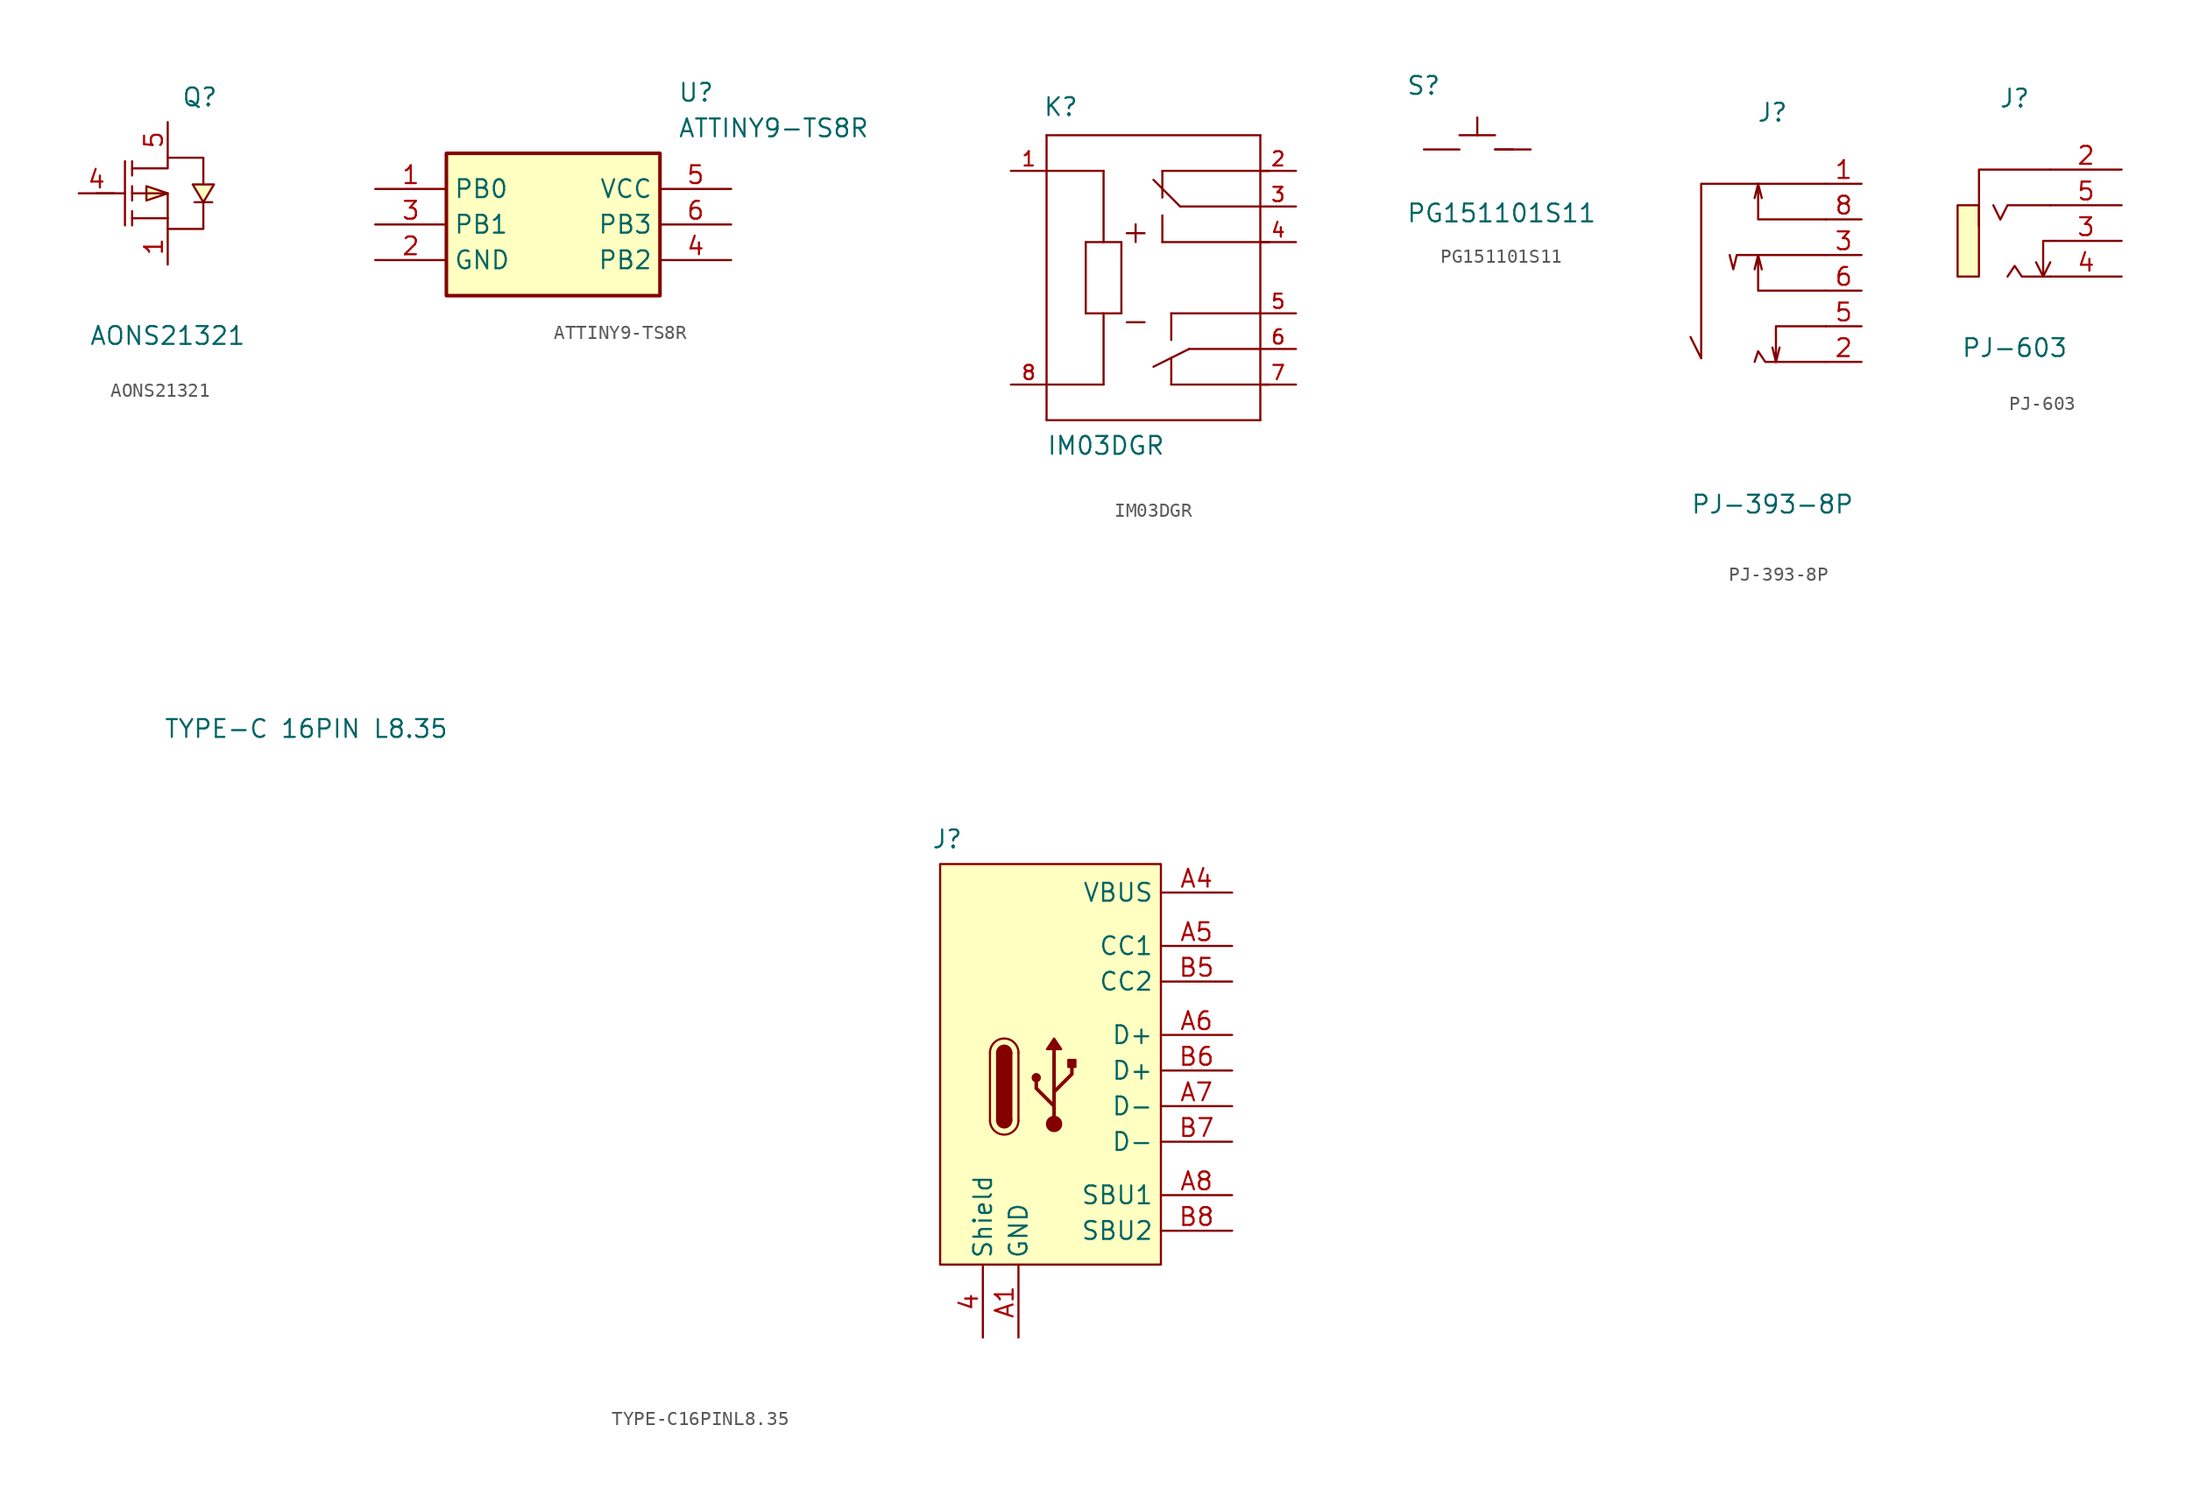
<source format=kicad_sym>
(kicad_symbol_lib
  (version 20231120)
  (generator "kicad_symbol_editor")
  (generator_version "8.0")
  (symbol "AONS21321"
    (pin_names hide)
    (property "Reference" "Q"
      (at 2.286 6.858 0)
      (effects (font (size 1.27 1.27))))
    (property "Value" "AONS21321"
      (at 0 -10.16 0)
      (effects (font (size 1.27 1.27))))
    (symbol "AONS21321_0_1"
      (polyline (pts (xy -5.08 0) (xy -3.05 0)) (stroke (width 0) (type default)) (fill (type none)))
      (polyline (pts (xy -3.05 2.29) (xy -3.05 -2.29)) (stroke (width 0) (type default)) (fill (type none)))
      (polyline (pts (xy -2.54 -2.29) (xy -2.54 -1.27)) (stroke (width 0) (type default)) (fill (type none)))
      (polyline (pts (xy -2.54 -0.51) (xy -2.54 0.51)) (stroke (width 0) (type default)) (fill (type none)))
      (polyline (pts (xy -2.54 2.29) (xy -2.54 1.27)) (stroke (width 0) (type default)) (fill (type none)))
      (polyline (pts (xy 0 -1.78) (xy -2.54 -1.78)) (stroke (width 0) (type default)) (fill (type none)))
      (polyline (pts (xy 0 0) (xy -1.52 0.51) (xy -1.52 -0.51) (xy 0 0)) (stroke (width 0) (type default)) (fill (type background)))
      (polyline (pts (xy 1.905 -0.635) (xy 2.415 -0.635) (xy 3.175 -0.635) (xy 3.175 -0.635)) (stroke (width 0) (type default)) (fill (type none)))
      (polyline (pts (xy 2.54 -0.635) (xy 3.3 0.635) (xy 1.78 0.635) (xy 2.54 -0.635)) (stroke (width 0) (type default)) (fill (type background)))
      (polyline (pts (xy -2.54 0) (xy 0 0) (xy 0 -2.54) (xy 2.54 -2.54) (xy 2.54 -2.54) (xy 2.54 -0.635)) (stroke (width 0) (type default)) (fill (type none)))
      (polyline (pts (xy -2.54 1.78) (xy 0 1.78) (xy 0 2.54) (xy 2.54 2.54) (xy 2.54 2.54) (xy 2.54 0.635)) (stroke (width 0) (type default)) (fill (type none)))
      (pin unspecified line (at 0 -5.08 90) (length 2.54) (name "S" (effects (font (size 1.27 1.27)))) (number "1" (effects (font (size 1.27 1.27)))))
      (pin unspecified line (at -6.35 0 0) (length 2.54) (name "G" (effects (font (size 1.27 1.27)))) (number "4" (effects (font (size 1.27 1.27)))))
      (pin unspecified line (at 0 5.08 270) (length 2.54) (name "D" (effects (font (size 1.27 1.27)))) (number "5" (effects (font (size 1.27 1.27)))))))
  (symbol "ATTINY9-TS8R"
    (property "Reference" "U"
      (at 21.59 7.62 0)
      (effects (font (size 1.27 1.27)) (justify left top)))
    (property "Value" "ATTINY9-TS8R"
      (at 21.59 5.08 0)
      (effects (font (size 1.27 1.27)) (justify left top)))
    (symbol "ATTINY9-TS8R_1_1"
      (rectangle (start 5.08 2.54) (end 20.32 -7.62) (stroke (width 0.254) (type default)) (fill (type background)))
      (pin bidirectional line (at 0 0 0) (length 5.08) (name "PB0" (effects (font (size 1.27 1.27)))) (number "1" (effects (font (size 1.27 1.27)))))
      (pin power_in line (at 0 -5.08 0) (length 5.08) (name "GND" (effects (font (size 1.27 1.27)))) (number "2" (effects (font (size 1.27 1.27)))))
      (pin bidirectional line (at 0 -2.54 0) (length 5.08) (name "PB1" (effects (font (size 1.27 1.27)))) (number "3" (effects (font (size 1.27 1.27)))))
      (pin bidirectional line (at 25.4 -5.08 180) (length 5.08) (name "PB2" (effects (font (size 1.27 1.27)))) (number "4" (effects (font (size 1.27 1.27)))))
      (pin power_in line (at 25.4 0 180) (length 5.08) (name "VCC" (effects (font (size 1.27 1.27)))) (number "5" (effects (font (size 1.27 1.27)))))
      (pin bidirectional line (at 25.4 -2.54 180) (length 5.08) (name "PB3" (effects (font (size 1.27 1.27)))) (number "6" (effects (font (size 1.27 1.27)))))))
  (symbol "IM03DGR"
    (pin_names
      (offset 1.016))
    (property "Reference" "K"
      (at -7.882 11.441 0)
      (effects (font (size 1.27 1.27)) (justify left bottom)))
    (property "Value" "IM03DGR"
      (at -7.632 -12.72 0)
      (effects (font (size 1.27 1.27)) (justify left bottom)))
    (symbol "IM03DGR_0_0"
      (polyline (pts (xy -7.62 -10.16) (xy 7.62 -10.16)) (stroke (width 0.152) (type default)) (fill (type none)))
      (polyline (pts (xy -7.62 -7.62) (xy -7.62 -10.16)) (stroke (width 0.152) (type default)) (fill (type none)))
      (polyline (pts (xy -7.62 -7.62) (xy -3.556 -7.62)) (stroke (width 0.152) (type default)) (fill (type none)))
      (polyline (pts (xy -7.62 7.62) (xy -7.62 -7.62)) (stroke (width 0.152) (type default)) (fill (type none)))
      (polyline (pts (xy -7.62 7.62) (xy -3.556 7.62)) (stroke (width 0.152) (type default)) (fill (type none)))
      (polyline (pts (xy -7.62 10.16) (xy -7.62 7.62)) (stroke (width 0.152) (type default)) (fill (type none)))
      (polyline (pts (xy -4.826 -2.54) (xy -4.826 2.54)) (stroke (width 0.152) (type default)) (fill (type none)))
      (polyline (pts (xy -4.826 2.54) (xy -2.286 2.54)) (stroke (width 0.152) (type default)) (fill (type none)))
      (polyline (pts (xy -3.556 -7.62) (xy -3.556 -2.54)) (stroke (width 0.152) (type default)) (fill (type none)))
      (polyline (pts (xy -3.556 7.62) (xy -3.556 2.54)) (stroke (width 0.152) (type default)) (fill (type none)))
      (polyline (pts (xy -2.286 -2.54) (xy -4.826 -2.54)) (stroke (width 0.152) (type default)) (fill (type none)))
      (polyline (pts (xy -2.286 2.54) (xy -2.286 -2.54)) (stroke (width 0.152) (type default)) (fill (type none)))
      (polyline (pts (xy -1.905 -3.175) (xy -0.635 -3.175)) (stroke (width 0.152) (type default)) (fill (type none)))
      (polyline (pts (xy -1.905 3.175) (xy -0.635 3.175)) (stroke (width 0.152) (type default)) (fill (type none)))
      (polyline (pts (xy -1.27 3.81) (xy -1.27 2.54)) (stroke (width 0.152) (type default)) (fill (type none)))
      (polyline (pts (xy 0.635 2.54) (xy 0.635 4.445)) (stroke (width 0.152) (type default)) (fill (type none)))
      (polyline (pts (xy 0.635 5.715) (xy 0.635 6.35)) (stroke (width 0.152) (type default)) (fill (type none)))
      (polyline (pts (xy 0.635 6.35) (xy 0 6.985)) (stroke (width 0.152) (type default)) (fill (type none)))
      (polyline (pts (xy 0.635 7.62) (xy 0.635 6.35)) (stroke (width 0.152) (type default)) (fill (type none)))
      (polyline (pts (xy 1.27 -7.62) (xy 1.27 -5.715)) (stroke (width 0.152) (type default)) (fill (type none)))
      (polyline (pts (xy 1.27 -2.54) (xy 1.27 -4.445)) (stroke (width 0.152) (type default)) (fill (type none)))
      (polyline (pts (xy 1.905 5.08) (xy 0.635 6.35)) (stroke (width 0.152) (type default)) (fill (type none)))
      (polyline (pts (xy 2.54 -5.08) (xy 0 -6.35)) (stroke (width 0.152) (type default)) (fill (type none)))
      (polyline (pts (xy 7.62 -10.16) (xy 7.62 -5.08)) (stroke (width 0.152) (type default)) (fill (type none)))
      (polyline (pts (xy 7.62 -5.08) (xy 2.54 -5.08)) (stroke (width 0.152) (type default)) (fill (type none)))
      (polyline (pts (xy 7.62 -5.08) (xy 7.62 -2.54)) (stroke (width 0.152) (type default)) (fill (type none)))
      (polyline (pts (xy 7.62 -2.54) (xy 1.27 -2.54)) (stroke (width 0.152) (type default)) (fill (type none)))
      (polyline (pts (xy 7.62 -2.54) (xy 7.62 5.08)) (stroke (width 0.152) (type default)) (fill (type none)))
      (polyline (pts (xy 7.62 5.08) (xy 1.905 5.08)) (stroke (width 0.152) (type default)) (fill (type none)))
      (polyline (pts (xy 7.62 5.08) (xy 7.62 10.16)) (stroke (width 0.152) (type default)) (fill (type none)))
      (polyline (pts (xy 7.62 10.16) (xy -7.62 10.16)) (stroke (width 0.152) (type default)) (fill (type none)))
      (polyline (pts (xy 8.255 -7.62) (xy 1.27 -7.62)) (stroke (width 0.152) (type default)) (fill (type none)))
      (polyline (pts (xy 8.255 2.54) (xy 0.635 2.54)) (stroke (width 0.152) (type default)) (fill (type none)))
      (polyline (pts (xy 8.255 7.62) (xy 0.635 7.62)) (stroke (width 0.152) (type default)) (fill (type none)))
      (pin passive line (at -10.16 7.62 0) (length 2.54) (name "~" (effects (font (size 1.016 1.016)))) (number "1" (effects (font (size 1.016 1.016)))))
      (pin passive line (at 10.16 7.62 180) (length 2.54) (name "~" (effects (font (size 1.016 1.016)))) (number "2" (effects (font (size 1.016 1.016)))))
      (pin passive line (at 10.16 5.08 180) (length 2.54) (name "~" (effects (font (size 1.016 1.016)))) (number "3" (effects (font (size 1.016 1.016)))))
      (pin passive line (at 10.16 2.54 180) (length 2.54) (name "~" (effects (font (size 1.016 1.016)))) (number "4" (effects (font (size 1.016 1.016)))))
      (pin passive line (at 10.16 -2.54 180) (length 2.54) (name "~" (effects (font (size 1.016 1.016)))) (number "5" (effects (font (size 1.016 1.016)))))
      (pin passive line (at 10.16 -5.08 180) (length 2.54) (name "~" (effects (font (size 1.016 1.016)))) (number "6" (effects (font (size 1.016 1.016)))))
      (pin passive line (at 10.16 -7.62 180) (length 2.54) (name "~" (effects (font (size 1.016 1.016)))) (number "7" (effects (font (size 1.016 1.016)))))
      (pin passive line (at -10.16 -7.62 0) (length 2.54) (name "~" (effects (font (size 1.016 1.016)))) (number "8" (effects (font (size 1.016 1.016)))))))
  (symbol "PG151101S11"
    (pin_numbers hide)
    (pin_names
      (offset 1.016) hide)
    (property "Reference" "S"
      (at -5.08 3.81 0)
      (effects (font (size 1.27 1.27)) (justify left bottom)))
    (property "Value" "PG151101S11"
      (at -5.08 -3.81 0)
      (effects (font (size 1.27 1.27)) (justify left top)))
    (symbol "PG151101S11_0_0"
      (pin passive line (at -3.81 0 0) (length 2.54) (name "1" (effects (font (size 1.016 1.016)))) (number "1" (effects (font (size 1.016 1.016)))))
      (pin passive line (at 3.81 0 180) (length 2.54) (name "2" (effects (font (size 1.016 1.016)))) (number "2" (effects (font (size 1.016 1.016))))))
    (symbol "PG151101S11_0_1"
      (polyline (pts (xy -1.27 1.016) (xy 1.27 1.016)) (stroke (width 0) (type default)) (fill (type none)))
      (polyline (pts (xy 0 1.016) (xy 0 2.286)) (stroke (width 0) (type default)) (fill (type none)))
      (polyline (pts (xy 2.54 0) (xy 1.27 0)) (stroke (width 0) (type default)) (fill (type none)))))
  (symbol "PJ-393-8P"
    (pin_names hide)
    (property "Reference" "J"
      (at 0 15.24 0)
      (effects (font (size 1.27 1.27))))
    (property "Value" "PJ-393-8P"
      (at 0 -12.7 0)
      (effects (font (size 1.27 1.27))))
    (symbol "PJ-393-8P_0_1"
      (polyline (pts (xy -1.02 5.08) (xy -0.76 4.06)) (stroke (width 0) (type default)) (fill (type none)))
      (polyline (pts (xy -1.02 10.16) (xy -0.76 9.14)) (stroke (width 0) (type default)) (fill (type none)))
      (polyline (pts (xy 0.25 -2.54) (xy 0.51 -1.52)) (stroke (width 0) (type default)) (fill (type none)))
      (polyline (pts (xy 3.81 -2.54) (xy -0.51 -2.54) (xy -1.02 -1.78) (xy -1.27 -2.54)) (stroke (width 0) (type default)) (fill (type none)))
      (polyline (pts (xy 3.81 0) (xy 0.25 0) (xy 0.25 -2.54) (xy 0 -1.52)) (stroke (width 0) (type default)) (fill (type none)))
      (polyline (pts (xy 3.81 2.54) (xy -1.02 2.54) (xy -1.02 5.08) (xy -1.27 4.06)) (stroke (width 0) (type default)) (fill (type none)))
      (polyline (pts (xy 3.81 5.08) (xy -2.54 5.08) (xy -2.79 4.06) (xy -3.05 5.08)) (stroke (width 0) (type default)) (fill (type none)))
      (polyline (pts (xy 3.81 7.62) (xy -1.02 7.62) (xy -1.02 10.16) (xy -1.27 9.14)) (stroke (width 0) (type default)) (fill (type none)))
      (polyline (pts (xy 3.81 10.16) (xy -5.08 10.16) (xy -5.08 -2.286) (xy -5.84 -0.766)) (stroke (width 0) (type default)) (fill (type none)))
      (pin unspecified line (at 6.35 10.16 180) (length 2.54) (name "1" (effects (font (size 1.27 1.27)))) (number "1" (effects (font (size 1.27 1.27)))))
      (pin unspecified line (at 6.35 -2.54 180) (length 2.54) (name "2" (effects (font (size 1.27 1.27)))) (number "2" (effects (font (size 1.27 1.27)))))
      (pin unspecified line (at 6.35 5.08 180) (length 2.54) (name "3" (effects (font (size 1.27 1.27)))) (number "3" (effects (font (size 1.27 1.27)))))
      (pin unspecified line (at 6.35 0 180) (length 2.54) (name "5" (effects (font (size 1.27 1.27)))) (number "5" (effects (font (size 1.27 1.27)))))
      (pin unspecified line (at 6.35 2.54 180) (length 2.54) (name "6" (effects (font (size 1.27 1.27)))) (number "6" (effects (font (size 1.27 1.27)))))
      (pin unspecified line (at 6.35 7.62 180) (length 2.54) (name "8" (effects (font (size 1.27 1.27)))) (number "8" (effects (font (size 1.27 1.27)))))))
  (symbol "PJ-603"
    (pin_names hide)
    (property "Reference" "J"
      (at 0 10.16 0)
      (effects (font (size 1.27 1.27))))
    (property "Value" "PJ-603"
      (at 0 -7.62 0)
      (effects (font (size 1.27 1.27))))
    (symbol "PJ-603_0_1"
      (rectangle (start -4.064 2.54) (end -2.544 -2.54) (stroke (width 0) (type default)) (fill (type background)))
      (polyline (pts (xy -3.56 1.02)) (stroke (width 0) (type default)) (fill (type background)))
      (polyline (pts (xy 2.54 5.08) (xy -2.54 5.08) (xy -2.54 1.02)) (stroke (width 0) (type default)) (fill (type none)))
      (polyline (pts (xy 2.54 -2.54) (xy 0.51 -2.54) (xy 0 -1.78) (xy -0.51 -2.54)) (stroke (width 0) (type default)) (fill (type none)))
      (polyline (pts (xy 2.54 -1.52) (xy 2.54 -1.52) (xy 2.03 -2.54) (xy 1.52 -1.52)) (stroke (width 0) (type default)) (fill (type none)))
      (polyline (pts (xy 2.54 0) (xy 2.03 0) (xy 2.03 0) (xy 2.03 -2.54)) (stroke (width 0) (type default)) (fill (type none)))
      (polyline (pts (xy 2.54 2.54) (xy -0.51 2.54) (xy -1.02 1.52) (xy -1.52 2.54)) (stroke (width 0) (type default)) (fill (type none)))
      (pin unspecified line (at 7.62 5.08 180) (length 5.08) (name "2" (effects (font (size 1.27 1.27)))) (number "2" (effects (font (size 1.27 1.27)))))
      (pin unspecified line (at 7.62 0 180) (length 5.08) (name "3" (effects (font (size 1.27 1.27)))) (number "3" (effects (font (size 1.27 1.27)))))
      (pin unspecified line (at 7.62 -2.54 180) (length 5.08) (name "4" (effects (font (size 1.27 1.27)))) (number "4" (effects (font (size 1.27 1.27)))))
      (pin unspecified line (at 7.62 2.54 180) (length 5.08) (name "5" (effects (font (size 1.27 1.27)))) (number "5" (effects (font (size 1.27 1.27)))))))
  (symbol "TYPE-C16PINL8.35"
    (property "Reference" "J"
      (at 0 20.32 0)
      (effects (font (size 1.27 1.27))))
    (property "Value" "TYPE-C 16PIN L8.35"
      (at -45.72 28.194 0)
      (effects (font (size 1.27 1.27))))
    (symbol "TYPE-C16PINL8.35_0_1"
      (rectangle (start -0.508 18.542) (end 15.24 -10.033) (stroke (width 0) (type default)) (fill (type background)))
      (polyline (pts (xy 3.048 5.08) (xy 3.048 0.254)) (stroke (width 0) (type default)) (fill (type none)))
      (polyline (pts (xy 5.08 0.254) (xy 5.08 5.08)) (stroke (width 0) (type default)) (fill (type none)))
      (polyline (pts (xy 7.62 0) (xy 7.62 5.334)) (stroke (width 0.254) (type default)) (fill (type none)))
      (polyline (pts (xy 7.62 1.27) (xy 6.35 2.54) (xy 6.35 3.048)) (stroke (width 0.254) (type default)) (fill (type none)))
      (polyline (pts (xy 7.62 2.286) (xy 8.89 3.556) (xy 8.89 4.064)) (stroke (width 0.254) (type default)) (fill (type none)))
      (arc (start 3.048 0.254) (mid 4.064 -0.762) (end 5.08 0.254) (stroke (width 0) (type default)) (fill (type none)))
      (rectangle (start 3.556 5.08) (end 4.572 0.254) (stroke (width 0) (type default)) (fill (type outline)))
      (circle (center 4.064 0.254) (radius 0.508) (stroke (width 0) (type default)) (fill (type outline)))
      (circle (center 4.064 5.08) (radius 0.508) (stroke (width 0) (type default)) (fill (type outline)))
      (arc (start 5.08 5.08) (mid 4.064 6.096) (end 3.048 5.08) (stroke (width 0) (type default)) (fill (type none)))
      (circle (center 6.35 3.302) (radius 0.254) (stroke (width 0) (type default)) (fill (type outline)))
      (circle (center 7.62 0) (radius 0.508) (stroke (width 0) (type default)) (fill (type outline)))
      (rectangle (start 8.636 4.572) (end 9.144 4.064) (stroke (width 0) (type default)) (fill (type outline)))
      (pin unspecified line (at 5.08 -15.24 90) (length 5.08) (name "GND" (effects (font (size 1.27 1.27)))) (number "A1" (effects (font (size 1.27 1.27)))))
      (pin unspecified line (at 20.32 16.51 180) (length 5.08) (name "VBUS" (effects (font (size 1.27 1.27)))) (number "A4" (effects (font (size 1.27 1.27)))))
      (pin unspecified line (at 20.32 12.7 180) (length 5.08) (name "CC1" (effects (font (size 1.27 1.27)))) (number "A5" (effects (font (size 1.27 1.27)))))
      (pin unspecified line (at 20.32 1.27 180) (length 5.08) (name "D-" (effects (font (size 1.27 1.27)))) (number "A7" (effects (font (size 1.27 1.27)))))
      (pin unspecified line (at 20.32 -5.08 180) (length 5.08) (name "SBU1" (effects (font (size 1.27 1.27)))) (number "A8" (effects (font (size 1.27 1.27)))))
      (pin unspecified line (at 20.32 10.16 180) (length 5.08) (name "CC2" (effects (font (size 1.27 1.27)))) (number "B5" (effects (font (size 1.27 1.27)))))
      (pin unspecified line (at 20.32 -1.27 180) (length 5.08) (name "D-" (effects (font (size 1.27 1.27)))) (number "B7" (effects (font (size 1.27 1.27)))))
      (pin unspecified line (at 20.32 -7.62 180) (length 5.08) (name "SBU2" (effects (font (size 1.27 1.27)))) (number "B8" (effects (font (size 1.27 1.27))))))
    (symbol "TYPE-C16PINL8.35_1_1"
      (polyline (pts (xy 7.62 5.334) (xy 8.128 5.334) (xy 7.62 6.096) (xy 7.112 5.334) (xy 7.62 5.334)) (stroke (width 0) (type default)) (fill (type outline)))
      (pin unspecified line (at 2.54 -15.24 90) (length 5.08) (name "Shield" (effects (font (size 1.27 1.27)))) (number "4" (effects (font (size 1.27 1.27)))))
      (pin unspecified line (at 20.32 6.35 180) (length 5.08) (name "D+" (effects (font (size 1.27 1.27)))) (number "A6" (effects (font (size 1.27 1.27)))))
      (pin unspecified line (at 20.32 3.81 180) (length 5.08) (name "D+" (effects (font (size 1.27 1.27)))) (number "B6" (effects (font (size 1.27 1.27))))))))
</source>
